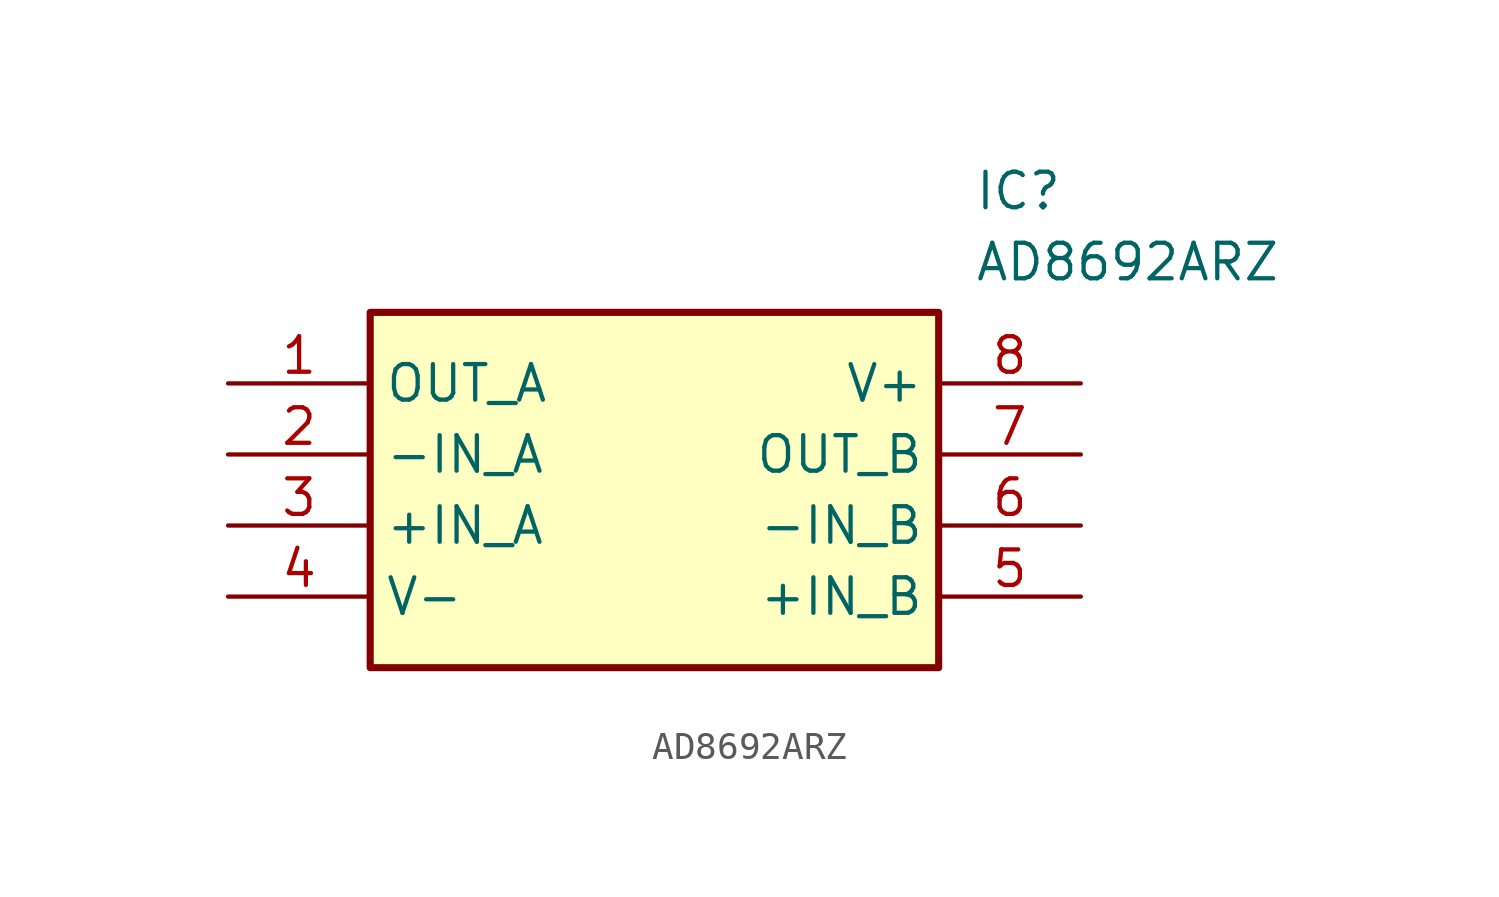
<source format=kicad_sym>
(kicad_symbol_lib
  (version 20211014)
  (generator SamacSys_ECAD_Model)
  (symbol "AD8692ARZ"
    (property "Reference" "IC"
      (at 26.67 7.62 0)
      (effects (font (size 1.27 1.27)) (justify left top)))
    (property "Value" "AD8692ARZ"
      (at 26.67 5.08 0)
      (effects (font (size 1.27 1.27)) (justify left top)))
    (rectangle
      (start 5.08 2.54)
      (end 25.4 -10.16)
      (stroke (width 0.254) (type default))
      (fill (type background)))
    (pin passive line
      (at 0 0 0)
      (length 5.08)
      (name "OUT_A" (effects (font (size 1.27 1.27))))
      (number "1" (effects (font (size 1.27 1.27)))))
    (pin passive line
      (at 0 -2.54 0)
      (length 5.08)
      (name "-IN_A" (effects (font (size 1.27 1.27))))
      (number "2" (effects (font (size 1.27 1.27)))))
    (pin passive line
      (at 0 -5.08 0)
      (length 5.08)
      (name "+IN_A" (effects (font (size 1.27 1.27))))
      (number "3" (effects (font (size 1.27 1.27)))))
    (pin passive line
      (at 0 -7.62 0)
      (length 5.08)
      (name "V-" (effects (font (size 1.27 1.27))))
      (number "4" (effects (font (size 1.27 1.27)))))
    (pin passive line
      (at 30.48 0 180)
      (length 5.08)
      (name "V+" (effects (font (size 1.27 1.27))))
      (number "8" (effects (font (size 1.27 1.27)))))
    (pin passive line
      (at 30.48 -2.54 180)
      (length 5.08)
      (name "OUT_B" (effects (font (size 1.27 1.27))))
      (number "7" (effects (font (size 1.27 1.27)))))
    (pin passive line
      (at 30.48 -5.08 180)
      (length 5.08)
      (name "-IN_B" (effects (font (size 1.27 1.27))))
      (number "6" (effects (font (size 1.27 1.27)))))
    (pin passive line
      (at 30.48 -7.62 180)
      (length 5.08)
      (name "+IN_B" (effects (font (size 1.27 1.27))))
      (number "5" (effects (font (size 1.27 1.27)))))))
</source>
